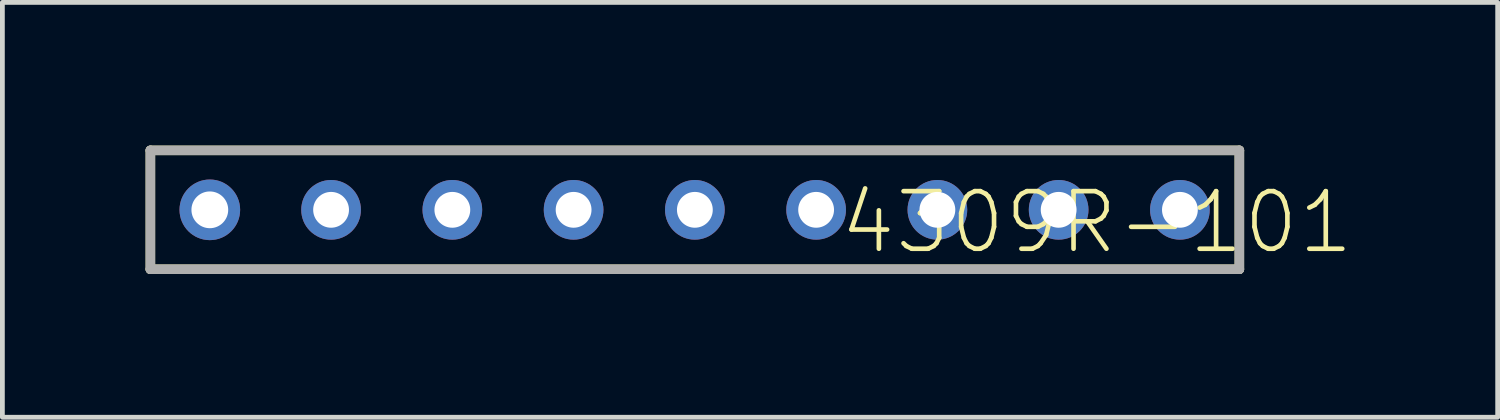
<source format=kicad_pcb>
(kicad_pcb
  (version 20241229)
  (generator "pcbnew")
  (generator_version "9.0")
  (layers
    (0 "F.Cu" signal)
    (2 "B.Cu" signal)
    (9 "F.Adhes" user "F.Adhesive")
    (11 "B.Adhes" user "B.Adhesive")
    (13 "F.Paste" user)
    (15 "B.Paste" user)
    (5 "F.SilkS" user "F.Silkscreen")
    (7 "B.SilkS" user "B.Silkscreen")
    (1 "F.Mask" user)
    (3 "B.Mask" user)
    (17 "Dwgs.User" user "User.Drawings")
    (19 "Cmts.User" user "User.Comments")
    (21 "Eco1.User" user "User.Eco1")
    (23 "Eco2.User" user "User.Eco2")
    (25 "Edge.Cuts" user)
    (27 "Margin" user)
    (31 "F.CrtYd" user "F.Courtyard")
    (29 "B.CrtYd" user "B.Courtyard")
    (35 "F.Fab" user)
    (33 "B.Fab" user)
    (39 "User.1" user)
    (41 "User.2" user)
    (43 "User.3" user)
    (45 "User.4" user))
  (footprint "4309R-101"
    (layer "F.Cu")
    (at 1.345 1.345)
    (property "Reference" "4309R-101" (at 18.58 0.262 0) (layer "F.SilkS") (effects (font (size 1.206 1.206) (thickness 0.097))))
    (attr through_hole)
    (fp_line (start -1.245 -1.245) (end 21.565 -1.245) (stroke (width 0.2) (type solid)) (layer "F.SilkS"))
    (fp_line (start -1.245 1.245) (end -1.245 -1.245) (stroke (width 0.2) (type solid)) (layer "F.SilkS"))
    (fp_line (start 21.565 -1.245) (end 21.565 1.245) (stroke (width 0.2) (type solid)) (layer "F.SilkS"))
    (fp_line (start 21.565 1.245) (end -1.245 1.245) (stroke (width 0.2) (type solid)) (layer "F.SilkS"))
    (fp_line (start -1.245 -1.245) (end 21.565 -1.245) (stroke (width 0.2) (type solid)) (layer "F.Fab"))
    (fp_line (start -1.245 1.245) (end -1.245 -1.245) (stroke (width 0.2) (type solid)) (layer "F.Fab"))
    (fp_line (start 21.565 -1.245) (end 21.565 1.245) (stroke (width 0.2) (type solid)) (layer "F.Fab"))
    (fp_line (start 21.565 1.245) (end -1.245 1.245) (stroke (width 0.2) (type solid)) (layer "F.Fab"))
    (pad "1" thru_hole circle (at 0 0) (size 1.27 1.27) (drill 0.77) (layers "*.Cu" "*.Mask"))
    (pad "2" thru_hole circle (at 2.54 0) (size 1.25 1.25) (drill 0.75) (layers "*.Cu" "*.Mask"))
    (pad "3" thru_hole circle (at 5.08 0) (size 1.25 1.25) (drill 0.75) (layers "*.Cu" "*.Mask"))
    (pad "4" thru_hole circle (at 7.62 0) (size 1.25 1.25) (drill 0.75) (layers "*.Cu" "*.Mask"))
    (pad "5" thru_hole circle (at 10.16 0) (size 1.25 1.25) (drill 0.75) (layers "*.Cu" "*.Mask"))
    (pad "6" thru_hole circle (at 12.7 0) (size 1.25 1.25) (drill 0.75) (layers "*.Cu" "*.Mask"))
    (pad "7" thru_hole circle (at 15.24 0) (size 1.25 1.25) (drill 0.75) (layers "*.Cu" "*.Mask"))
    (pad "8" thru_hole circle (at 17.78 0) (size 1.25 1.25) (drill 0.75) (layers "*.Cu" "*.Mask"))
    (pad "9" thru_hole circle (at 20.32 0) (size 1.25 1.25) (drill 0.75) (layers "*.Cu" "*.Mask")))
  (gr_rect
    (start -3 -3)
    (end 28.321 5.69)
    (stroke (width 0.1) (type default))
    (fill no)
    (layer "Edge.Cuts")))
</source>
